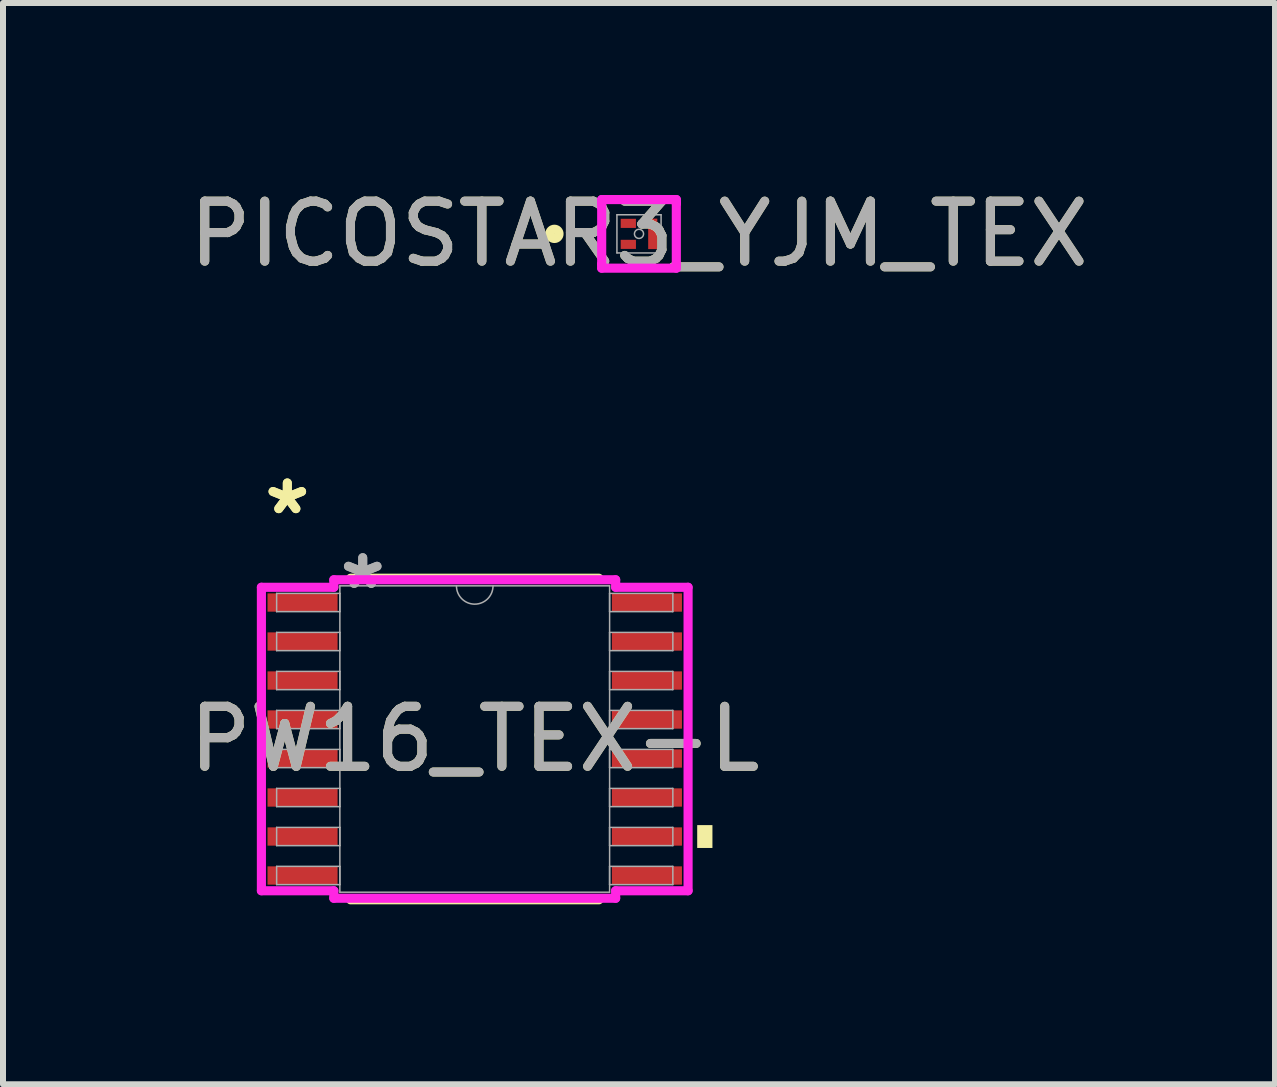
<source format=kicad_pcb>
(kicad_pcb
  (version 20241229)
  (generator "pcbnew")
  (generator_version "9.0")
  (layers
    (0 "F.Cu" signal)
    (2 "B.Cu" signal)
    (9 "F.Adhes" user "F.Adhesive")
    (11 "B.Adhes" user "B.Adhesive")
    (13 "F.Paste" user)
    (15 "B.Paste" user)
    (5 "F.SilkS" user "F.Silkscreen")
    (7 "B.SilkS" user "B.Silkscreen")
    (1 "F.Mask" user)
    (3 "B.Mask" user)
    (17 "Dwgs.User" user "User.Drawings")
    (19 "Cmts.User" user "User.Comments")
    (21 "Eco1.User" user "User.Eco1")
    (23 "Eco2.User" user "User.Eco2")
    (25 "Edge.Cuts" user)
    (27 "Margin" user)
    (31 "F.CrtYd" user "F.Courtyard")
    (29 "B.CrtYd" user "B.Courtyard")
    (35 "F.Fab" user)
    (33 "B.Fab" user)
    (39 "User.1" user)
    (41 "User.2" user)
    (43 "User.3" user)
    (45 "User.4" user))
  (footprint "PICOSTAR3_YJM_TEX"
    (layer "F.Cu")
    (at 7.601 0.848)
    (property "Reference" "PICOSTAR3_YJM_TEX" (at 0 0 0) (unlocked yes) (layer "F.SilkS") (effects (font (size 1 1) (thickness 0.15))))
    (attr smd)
    (fp_circle (center -1.41 0) (end -1.333 0) (stroke (width 0.152) (type solid)) (fill no) (layer "F.SilkS"))
    (fp_line (start -0.622 -0.572) (end 0.622 -0.572) (stroke (width 0.152) (type solid)) (layer "F.CrtYd"))
    (fp_line (start -0.622 -0.508) (end -0.622 -0.572) (stroke (width 0.152) (type solid)) (layer "F.CrtYd"))
    (fp_line (start -0.622 -0.508) (end -0.622 -0.508) (stroke (width 0.152) (type solid)) (layer "F.CrtYd"))
    (fp_line (start -0.622 0.508) (end -0.622 -0.508) (stroke (width 0.152) (type solid)) (layer "F.CrtYd"))
    (fp_line (start -0.622 0.508) (end -0.622 0.508) (stroke (width 0.152) (type solid)) (layer "F.CrtYd"))
    (fp_line (start -0.622 0.572) (end -0.622 0.508) (stroke (width 0.152) (type solid)) (layer "F.CrtYd"))
    (fp_line (start 0.622 -0.572) (end 0.622 -0.508) (stroke (width 0.152) (type solid)) (layer "F.CrtYd"))
    (fp_line (start 0.622 -0.508) (end 0.622 -0.508) (stroke (width 0.152) (type solid)) (layer "F.CrtYd"))
    (fp_line (start 0.622 -0.508) (end 0.622 0.508) (stroke (width 0.152) (type solid)) (layer "F.CrtYd"))
    (fp_line (start 0.622 0.508) (end 0.622 0.508) (stroke (width 0.152) (type solid)) (layer "F.CrtYd"))
    (fp_line (start 0.622 0.508) (end 0.622 0.572) (stroke (width 0.152) (type solid)) (layer "F.CrtYd"))
    (fp_line (start 0.622 0.572) (end -0.622 0.572) (stroke (width 0.152) (type solid)) (layer "F.CrtYd"))
    (fp_line (start -0.368 -0.318) (end -0.368 0.318) (stroke (width 0.025) (type solid)) (layer "F.Fab"))
    (fp_line (start -0.368 0.318) (end 0.368 0.318) (stroke (width 0.025) (type solid)) (layer "F.Fab"))
    (fp_line (start 0.368 -0.318) (end -0.368 -0.318) (stroke (width 0.025) (type solid)) (layer "F.Fab"))
    (fp_line (start 0.368 0.318) (end 0.368 -0.318) (stroke (width 0.025) (type solid)) (layer "F.Fab"))
    (fp_circle (center 0 0) (end 0.076 0) (stroke (width 0.025) (type solid)) (fill no) (layer "F.Fab"))
    (fp_text user "${REFERENCE}" (at 0 0 0) (unlocked yes) (layer "F.Fab") (effects (font (size 1 1) (thickness 0.15))))
    (pad "1" smd rect (at -0.178 -0.175) (size 0.254 0.152) (layers "F.Cu" "F.Mask" "F.Paste"))
    (pad "2" smd rect (at -0.178 0.175) (size 0.254 0.152) (layers "F.Cu" "F.Mask" "F.Paste"))
    (pad "3" smd rect (at 0.229 0) (size 0.152 0.508) (layers "F.Cu" "F.Mask" "F.Paste")))
  (footprint "PW16_TEX-L"
    (layer "F.Cu")
    (at 4.863 9.268)
    (property "Reference" "PW16_TEX-L" (at 0 0 0) (unlocked yes) (layer "F.SilkS") (effects (font (size 1 1) (thickness 0.15))))
    (attr smd)
    (fp_line (start -2.069 2.68) (end 2.069 2.68) (stroke (width 0.152) (type solid)) (layer "F.SilkS"))
    (fp_line (start 2.069 -2.68) (end -2.069 -2.68) (stroke (width 0.152) (type solid)) (layer "F.SilkS"))
    (fp_poly (pts (xy 3.962 1.435) (xy 3.962 1.816) (xy 3.708 1.816) (xy 3.708 1.435)) (stroke (width 0) (type solid)) (fill yes) (layer "F.SilkS"))
    (fp_line (start -3.556 -2.529) (end -2.349 -2.529) (stroke (width 0.152) (type solid)) (layer "F.CrtYd"))
    (fp_line (start -3.556 2.529) (end -3.556 -2.529) (stroke (width 0.152) (type solid)) (layer "F.CrtYd"))
    (fp_line (start -3.556 2.529) (end -2.349 2.529) (stroke (width 0.152) (type solid)) (layer "F.CrtYd"))
    (fp_line (start -2.349 -2.654) (end 2.349 -2.654) (stroke (width 0.152) (type solid)) (layer "F.CrtYd"))
    (fp_line (start -2.349 -2.529) (end -2.349 -2.654) (stroke (width 0.152) (type solid)) (layer "F.CrtYd"))
    (fp_line (start -2.349 2.654) (end -2.349 2.529) (stroke (width 0.152) (type solid)) (layer "F.CrtYd"))
    (fp_line (start 2.349 -2.654) (end 2.349 -2.529) (stroke (width 0.152) (type solid)) (layer "F.CrtYd"))
    (fp_line (start 2.349 2.529) (end 2.349 2.654) (stroke (width 0.152) (type solid)) (layer "F.CrtYd"))
    (fp_line (start 2.349 2.654) (end -2.349 2.654) (stroke (width 0.152) (type solid)) (layer "F.CrtYd"))
    (fp_line (start 3.556 -2.529) (end 2.349 -2.529) (stroke (width 0.152) (type solid)) (layer "F.CrtYd"))
    (fp_line (start 3.556 -2.529) (end 3.556 2.529) (stroke (width 0.152) (type solid)) (layer "F.CrtYd"))
    (fp_line (start 3.556 2.529) (end 2.349 2.529) (stroke (width 0.152) (type solid)) (layer "F.CrtYd"))
    (fp_line (start -3.302 -2.427) (end -3.302 -2.123) (stroke (width 0.025) (type solid)) (layer "F.Fab"))
    (fp_line (start -3.302 -2.123) (end -2.248 -2.123) (stroke (width 0.025) (type solid)) (layer "F.Fab"))
    (fp_line (start -3.302 -1.777) (end -3.302 -1.473) (stroke (width 0.025) (type solid)) (layer "F.Fab"))
    (fp_line (start -3.302 -1.473) (end -2.248 -1.473) (stroke (width 0.025) (type solid)) (layer "F.Fab"))
    (fp_line (start -3.302 -1.127) (end -3.302 -0.823) (stroke (width 0.025) (type solid)) (layer "F.Fab"))
    (fp_line (start -3.302 -0.823) (end -2.248 -0.823) (stroke (width 0.025) (type solid)) (layer "F.Fab"))
    (fp_line (start -3.302 -0.477) (end -3.302 -0.173) (stroke (width 0.025) (type solid)) (layer "F.Fab"))
    (fp_line (start -3.302 -0.173) (end -2.248 -0.173) (stroke (width 0.025) (type solid)) (layer "F.Fab"))
    (fp_line (start -3.302 0.173) (end -3.302 0.477) (stroke (width 0.025) (type solid)) (layer "F.Fab"))
    (fp_line (start -3.302 0.477) (end -2.248 0.477) (stroke (width 0.025) (type solid)) (layer "F.Fab"))
    (fp_line (start -3.302 0.823) (end -3.302 1.127) (stroke (width 0.025) (type solid)) (layer "F.Fab"))
    (fp_line (start -3.302 1.127) (end -2.248 1.127) (stroke (width 0.025) (type solid)) (layer "F.Fab"))
    (fp_line (start -3.302 1.473) (end -3.302 1.777) (stroke (width 0.025) (type solid)) (layer "F.Fab"))
    (fp_line (start -3.302 1.777) (end -2.248 1.777) (stroke (width 0.025) (type solid)) (layer "F.Fab"))
    (fp_line (start -3.302 2.123) (end -3.302 2.427) (stroke (width 0.025) (type solid)) (layer "F.Fab"))
    (fp_line (start -3.302 2.427) (end -2.248 2.427) (stroke (width 0.025) (type solid)) (layer "F.Fab"))
    (fp_line (start -2.248 -2.553) (end -2.248 2.553) (stroke (width 0.025) (type solid)) (layer "F.Fab"))
    (fp_line (start -2.248 -2.427) (end -3.302 -2.427) (stroke (width 0.025) (type solid)) (layer "F.Fab"))
    (fp_line (start -2.248 -2.123) (end -2.248 -2.427) (stroke (width 0.025) (type solid)) (layer "F.Fab"))
    (fp_line (start -2.248 -1.777) (end -3.302 -1.777) (stroke (width 0.025) (type solid)) (layer "F.Fab"))
    (fp_line (start -2.248 -1.473) (end -2.248 -1.777) (stroke (width 0.025) (type solid)) (layer "F.Fab"))
    (fp_line (start -2.248 -1.127) (end -3.302 -1.127) (stroke (width 0.025) (type solid)) (layer "F.Fab"))
    (fp_line (start -2.248 -0.823) (end -2.248 -1.127) (stroke (width 0.025) (type solid)) (layer "F.Fab"))
    (fp_line (start -2.248 -0.477) (end -3.302 -0.477) (stroke (width 0.025) (type solid)) (layer "F.Fab"))
    (fp_line (start -2.248 -0.173) (end -2.248 -0.477) (stroke (width 0.025) (type solid)) (layer "F.Fab"))
    (fp_line (start -2.248 0.173) (end -3.302 0.173) (stroke (width 0.025) (type solid)) (layer "F.Fab"))
    (fp_line (start -2.248 0.477) (end -2.248 0.173) (stroke (width 0.025) (type solid)) (layer "F.Fab"))
    (fp_line (start -2.248 0.823) (end -3.302 0.823) (stroke (width 0.025) (type solid)) (layer "F.Fab"))
    (fp_line (start -2.248 1.127) (end -2.248 0.823) (stroke (width 0.025) (type solid)) (layer "F.Fab"))
    (fp_line (start -2.248 1.473) (end -3.302 1.473) (stroke (width 0.025) (type solid)) (layer "F.Fab"))
    (fp_line (start -2.248 1.777) (end -2.248 1.473) (stroke (width 0.025) (type solid)) (layer "F.Fab"))
    (fp_line (start -2.248 2.123) (end -3.302 2.123) (stroke (width 0.025) (type solid)) (layer "F.Fab"))
    (fp_line (start -2.248 2.427) (end -2.248 2.123) (stroke (width 0.025) (type solid)) (layer "F.Fab"))
    (fp_line (start -2.248 2.553) (end 2.248 2.553) (stroke (width 0.025) (type solid)) (layer "F.Fab"))
    (fp_line (start 2.248 -2.553) (end -2.248 -2.553) (stroke (width 0.025) (type solid)) (layer "F.Fab"))
    (fp_line (start 2.248 -2.427) (end 2.248 -2.123) (stroke (width 0.025) (type solid)) (layer "F.Fab"))
    (fp_line (start 2.248 -2.123) (end 3.302 -2.123) (stroke (width 0.025) (type solid)) (layer "F.Fab"))
    (fp_line (start 2.248 -1.777) (end 2.248 -1.473) (stroke (width 0.025) (type solid)) (layer "F.Fab"))
    (fp_line (start 2.248 -1.473) (end 3.302 -1.473) (stroke (width 0.025) (type solid)) (layer "F.Fab"))
    (fp_line (start 2.248 -1.127) (end 2.248 -0.823) (stroke (width 0.025) (type solid)) (layer "F.Fab"))
    (fp_line (start 2.248 -0.823) (end 3.302 -0.823) (stroke (width 0.025) (type solid)) (layer "F.Fab"))
    (fp_line (start 2.248 -0.477) (end 2.248 -0.173) (stroke (width 0.025) (type solid)) (layer "F.Fab"))
    (fp_line (start 2.248 -0.173) (end 3.302 -0.173) (stroke (width 0.025) (type solid)) (layer "F.Fab"))
    (fp_line (start 2.248 0.173) (end 2.248 0.477) (stroke (width 0.025) (type solid)) (layer "F.Fab"))
    (fp_line (start 2.248 0.477) (end 3.302 0.477) (stroke (width 0.025) (type solid)) (layer "F.Fab"))
    (fp_line (start 2.248 0.823) (end 2.248 1.127) (stroke (width 0.025) (type solid)) (layer "F.Fab"))
    (fp_line (start 2.248 1.127) (end 3.302 1.127) (stroke (width 0.025) (type solid)) (layer "F.Fab"))
    (fp_line (start 2.248 1.473) (end 2.248 1.777) (stroke (width 0.025) (type solid)) (layer "F.Fab"))
    (fp_line (start 2.248 1.777) (end 3.302 1.777) (stroke (width 0.025) (type solid)) (layer "F.Fab"))
    (fp_line (start 2.248 2.123) (end 2.248 2.427) (stroke (width 0.025) (type solid)) (layer "F.Fab"))
    (fp_line (start 2.248 2.427) (end 3.302 2.427) (stroke (width 0.025) (type solid)) (layer "F.Fab"))
    (fp_line (start 2.248 2.553) (end 2.248 -2.553) (stroke (width 0.025) (type solid)) (layer "F.Fab"))
    (fp_line (start 3.302 -2.427) (end 2.248 -2.427) (stroke (width 0.025) (type solid)) (layer "F.Fab"))
    (fp_line (start 3.302 -2.123) (end 3.302 -2.427) (stroke (width 0.025) (type solid)) (layer "F.Fab"))
    (fp_line (start 3.302 -1.777) (end 2.248 -1.777) (stroke (width 0.025) (type solid)) (layer "F.Fab"))
    (fp_line (start 3.302 -1.473) (end 3.302 -1.777) (stroke (width 0.025) (type solid)) (layer "F.Fab"))
    (fp_line (start 3.302 -1.127) (end 2.248 -1.127) (stroke (width 0.025) (type solid)) (layer "F.Fab"))
    (fp_line (start 3.302 -0.823) (end 3.302 -1.127) (stroke (width 0.025) (type solid)) (layer "F.Fab"))
    (fp_line (start 3.302 -0.477) (end 2.248 -0.477) (stroke (width 0.025) (type solid)) (layer "F.Fab"))
    (fp_line (start 3.302 -0.173) (end 3.302 -0.477) (stroke (width 0.025) (type solid)) (layer "F.Fab"))
    (fp_line (start 3.302 0.173) (end 2.248 0.173) (stroke (width 0.025) (type solid)) (layer "F.Fab"))
    (fp_line (start 3.302 0.477) (end 3.302 0.173) (stroke (width 0.025) (type solid)) (layer "F.Fab"))
    (fp_line (start 3.302 0.823) (end 2.248 0.823) (stroke (width 0.025) (type solid)) (layer "F.Fab"))
    (fp_line (start 3.302 1.127) (end 3.302 0.823) (stroke (width 0.025) (type solid)) (layer "F.Fab"))
    (fp_line (start 3.302 1.473) (end 2.248 1.473) (stroke (width 0.025) (type solid)) (layer "F.Fab"))
    (fp_line (start 3.302 1.777) (end 3.302 1.473) (stroke (width 0.025) (type solid)) (layer "F.Fab"))
    (fp_line (start 3.302 2.123) (end 2.248 2.123) (stroke (width 0.025) (type solid)) (layer "F.Fab"))
    (fp_line (start 3.302 2.427) (end 3.302 2.123) (stroke (width 0.025) (type solid)) (layer "F.Fab"))
    (fp_arc (start 0.3048 -2.5527) (mid 0 -2.2479) (end -0.3048 -2.5527) (stroke (width 0.0254) (type solid)) (layer "F.Fab"))
    (fp_text user "*" (at -3.124 -3.723 0) (layer "F.SilkS") (effects (font (size 1 1) (thickness 0.15))))
    (fp_text user "*" (at -3.124 -3.723 0) (unlocked yes) (layer "F.SilkS") (effects (font (size 1 1) (thickness 0.15))))
    (fp_text user "*" (at -1.867 -2.477 0) (layer "F.Fab") (effects (font (size 1 1) (thickness 0.15))))
    (fp_text user "*" (at -1.867 -2.477 0) (unlocked yes) (layer "F.Fab") (effects (font (size 1 1) (thickness 0.15))))
    (fp_text user "${REFERENCE}" (at 0 0 0) (unlocked yes) (layer "F.Fab") (effects (font (size 1 1) (thickness 0.15))))
    (pad "1" smd rect (at -2.87 -2.275) (size 1.168 0.305) (layers "F.Cu" "F.Mask" "F.Paste"))
    (pad "2" smd rect (at -2.87 -1.625) (size 1.168 0.305) (layers "F.Cu" "F.Mask" "F.Paste"))
    (pad "3" smd rect (at -2.87 -0.975) (size 1.168 0.305) (layers "F.Cu" "F.Mask" "F.Paste"))
    (pad "4" smd rect (at -2.87 -0.325) (size 1.168 0.305) (layers "F.Cu" "F.Mask" "F.Paste"))
    (pad "5" smd rect (at -2.87 0.325) (size 1.168 0.305) (layers "F.Cu" "F.Mask" "F.Paste"))
    (pad "6" smd rect (at -2.87 0.975) (size 1.168 0.305) (layers "F.Cu" "F.Mask" "F.Paste"))
    (pad "7" smd rect (at -2.87 1.625) (size 1.168 0.305) (layers "F.Cu" "F.Mask" "F.Paste"))
    (pad "8" smd rect (at -2.87 2.275) (size 1.168 0.305) (layers "F.Cu" "F.Mask" "F.Paste"))
    (pad "9" smd rect (at 2.87 2.275) (size 1.168 0.305) (layers "F.Cu" "F.Mask" "F.Paste"))
    (pad "10" smd rect (at 2.87 1.625) (size 1.168 0.305) (layers "F.Cu" "F.Mask" "F.Paste"))
    (pad "11" smd rect (at 2.87 0.975) (size 1.168 0.305) (layers "F.Cu" "F.Mask" "F.Paste"))
    (pad "12" smd rect (at 2.87 0.325) (size 1.168 0.305) (layers "F.Cu" "F.Mask" "F.Paste"))
    (pad "13" smd rect (at 2.87 -0.325) (size 1.168 0.305) (layers "F.Cu" "F.Mask" "F.Paste"))
    (pad "14" smd rect (at 2.87 -0.975) (size 1.168 0.305) (layers "F.Cu" "F.Mask" "F.Paste"))
    (pad "15" smd rect (at 2.87 -1.625) (size 1.168 0.305) (layers "F.Cu" "F.Mask" "F.Paste"))
    (pad "16" smd rect (at 2.87 -2.275) (size 1.168 0.305) (layers "F.Cu" "F.Mask" "F.Paste")))
  (gr_rect
    (start -3 -3)
    (end 18.202 15.023)
    (stroke (width 0.1) (type default))
    (fill no)
    (layer "Edge.Cuts")))
</source>
